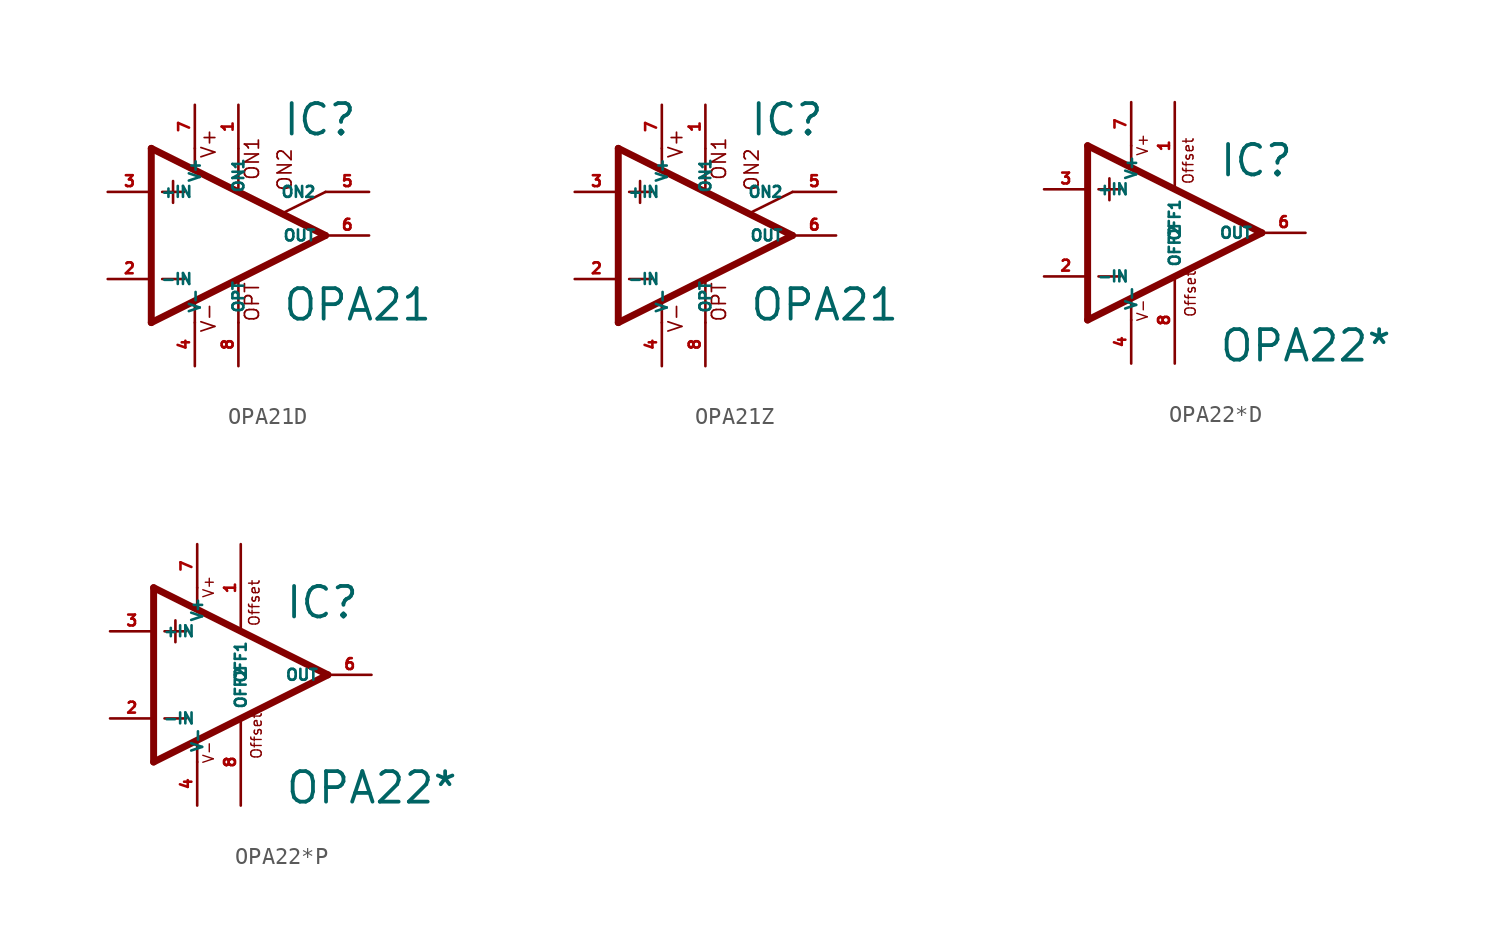
<source format=kicad_sym>
(kicad_symbol_lib
  (version 20220914)
  (generator Eagle2Kicad)
  (symbol "OPA21D"
    (property "Reference" "IC"
      (at 2.54 5.715 0)
      (effects (font (size 1.778 1.778) (thickness 0.22)) (justify left bottom)))
    (property "Value" "OPA21"
      (at 2.54 -5.08 0)
      (effects (font (size 1.778 1.778) (thickness 0.22)) (justify left bottom)))
    (polyline
      (pts (xy -3.81 3.175) (xy -3.81 1.905))
      (stroke (width 0.152) (type default))
      (fill (type none)))
    (polyline
      (pts (xy -4.445 2.54) (xy -3.175 2.54))
      (stroke (width 0.152) (type default))
      (fill (type none)))
    (polyline
      (pts (xy -4.445 -2.54) (xy -3.175 -2.54))
      (stroke (width 0.152) (type default))
      (fill (type none)))
    (polyline
      (pts (xy -2.54 5.08) (xy -2.54 3.886))
      (stroke (width 0.152) (type default))
      (fill (type none)))
    (polyline
      (pts (xy 0 5.055) (xy 0 2.616))
      (stroke (width 0.152) (type default))
      (fill (type none)))
    (polyline
      (pts (xy 0 -2.616) (xy 0 -5.08))
      (stroke (width 0.152) (type default))
      (fill (type none)))
    (polyline
      (pts (xy -2.54 -3.912) (xy -2.54 -5.08))
      (stroke (width 0.152) (type default))
      (fill (type none)))
    (polyline
      (pts (xy 5.08 2.54) (xy 2.616 1.321))
      (stroke (width 0.152) (type default))
      (fill (type none)))
    (polyline
      (pts (xy 5.08 0) (xy -5.08 5.08))
      (stroke (width 0.406) (type default))
      (fill (type none)))
    (polyline
      (pts (xy -5.08 5.08) (xy -5.08 -5.08))
      (stroke (width 0.406) (type default))
      (fill (type none)))
    (polyline
      (pts (xy -5.08 -5.08) (xy 5.08 0))
      (stroke (width 0.406) (type default))
      (fill (type none)))
    (text "ON1"
      (at 1.27 3.175 900)
      (effects (font (size 0.813 0.813) (thickness 0.10)) (justify left bottom)))
    (text "ON2"
      (at 3.175 2.54 900)
      (effects (font (size 0.813 0.813) (thickness 0.10)) (justify left bottom)))
    (text "OPT"
      (at 1.27 -5.08 900)
      (effects (font (size 0.813 0.813) (thickness 0.10)) (justify left bottom)))
    (text "V+"
      (at -1.27 4.445 900)
      (effects (font (size 0.813 0.813) (thickness 0.10)) (justify left bottom)))
    (text "V-"
      (at -1.27 -5.715 900)
      (effects (font (size 0.813 0.813) (thickness 0.10)) (justify left bottom)))
    (pin passive line
      (at 7.62 2.54 180)
      (length 2.54)
      (name "ON2" (effects (font (size 0.635 0.635) (thickness 0.08)) (justify left bottom)))
      (number "5" (effects (font (size 0.635 0.635) (thickness 0.08)) (justify left bottom))))
    (pin passive line
      (at 0 7.62 270)
      (length 2.54)
      (name "ON1" (effects (font (size 0.635 0.635) (thickness 0.08)) (justify left bottom)))
      (number "1" (effects (font (size 0.635 0.635) (thickness 0.08)) (justify left bottom))))
    (pin input line
      (at -7.62 -2.54 0)
      (length 2.54)
      (name "-IN" (effects (font (size 0.635 0.635) (thickness 0.08)) (justify left bottom)))
      (number "2" (effects (font (size 0.635 0.635) (thickness 0.08)) (justify left bottom))))
    (pin input line
      (at -7.62 2.54 0)
      (length 2.54)
      (name "+IN" (effects (font (size 0.635 0.635) (thickness 0.08)) (justify left bottom)))
      (number "3" (effects (font (size 0.635 0.635) (thickness 0.08)) (justify left bottom))))
    (pin output line
      (at 7.62 0 180)
      (length 2.54)
      (name "OUT" (effects (font (size 0.635 0.635) (thickness 0.08)) (justify left bottom)))
      (number "6" (effects (font (size 0.635 0.635) (thickness 0.08)) (justify left bottom))))
    (pin passive line
      (at 0 -7.62 90)
      (length 2.54)
      (name "OPT" (effects (font (size 0.635 0.635) (thickness 0.08)) (justify left bottom)))
      (number "8" (effects (font (size 0.635 0.635) (thickness 0.08)) (justify left bottom))))
    (pin unspecified line
      (at -2.54 7.62 270)
      (length 2.54)
      (name "V+" (effects (font (size 0.635 0.635) (thickness 0.08)) (justify left bottom)))
      (number "7" (effects (font (size 0.635 0.635) (thickness 0.08)) (justify left bottom))))
    (pin unspecified line
      (at -2.54 -7.62 90)
      (length 2.54)
      (name "V-" (effects (font (size 0.635 0.635) (thickness 0.08)) (justify left bottom)))
      (number "4" (effects (font (size 0.635 0.635) (thickness 0.08)) (justify left bottom)))))
  (symbol "OPA21Z"
    (property "Reference" "IC"
      (at 2.54 5.715 0)
      (effects (font (size 1.778 1.778) (thickness 0.22)) (justify left bottom)))
    (property "Value" "OPA21"
      (at 2.54 -5.08 0)
      (effects (font (size 1.778 1.778) (thickness 0.22)) (justify left bottom)))
    (polyline
      (pts (xy -3.81 3.175) (xy -3.81 1.905))
      (stroke (width 0.152) (type default))
      (fill (type none)))
    (polyline
      (pts (xy -4.445 2.54) (xy -3.175 2.54))
      (stroke (width 0.152) (type default))
      (fill (type none)))
    (polyline
      (pts (xy -4.445 -2.54) (xy -3.175 -2.54))
      (stroke (width 0.152) (type default))
      (fill (type none)))
    (polyline
      (pts (xy -2.54 5.08) (xy -2.54 3.886))
      (stroke (width 0.152) (type default))
      (fill (type none)))
    (polyline
      (pts (xy 0 5.055) (xy 0 2.616))
      (stroke (width 0.152) (type default))
      (fill (type none)))
    (polyline
      (pts (xy 0 -2.616) (xy 0 -5.08))
      (stroke (width 0.152) (type default))
      (fill (type none)))
    (polyline
      (pts (xy -2.54 -3.912) (xy -2.54 -5.08))
      (stroke (width 0.152) (type default))
      (fill (type none)))
    (polyline
      (pts (xy 5.08 2.54) (xy 2.616 1.321))
      (stroke (width 0.152) (type default))
      (fill (type none)))
    (polyline
      (pts (xy 5.08 0) (xy -5.08 5.08))
      (stroke (width 0.406) (type default))
      (fill (type none)))
    (polyline
      (pts (xy -5.08 5.08) (xy -5.08 -5.08))
      (stroke (width 0.406) (type default))
      (fill (type none)))
    (polyline
      (pts (xy -5.08 -5.08) (xy 5.08 0))
      (stroke (width 0.406) (type default))
      (fill (type none)))
    (text "ON1"
      (at 1.27 3.175 900)
      (effects (font (size 0.813 0.813) (thickness 0.10)) (justify left bottom)))
    (text "ON2"
      (at 3.175 2.54 900)
      (effects (font (size 0.813 0.813) (thickness 0.10)) (justify left bottom)))
    (text "OPT"
      (at 1.27 -5.08 900)
      (effects (font (size 0.813 0.813) (thickness 0.10)) (justify left bottom)))
    (text "V+"
      (at -1.27 4.445 900)
      (effects (font (size 0.813 0.813) (thickness 0.10)) (justify left bottom)))
    (text "V-"
      (at -1.27 -5.715 900)
      (effects (font (size 0.813 0.813) (thickness 0.10)) (justify left bottom)))
    (pin passive line
      (at 7.62 2.54 180)
      (length 2.54)
      (name "ON2" (effects (font (size 0.635 0.635) (thickness 0.08)) (justify left bottom)))
      (number "5" (effects (font (size 0.635 0.635) (thickness 0.08)) (justify left bottom))))
    (pin passive line
      (at 0 7.62 270)
      (length 2.54)
      (name "ON1" (effects (font (size 0.635 0.635) (thickness 0.08)) (justify left bottom)))
      (number "1" (effects (font (size 0.635 0.635) (thickness 0.08)) (justify left bottom))))
    (pin input line
      (at -7.62 -2.54 0)
      (length 2.54)
      (name "-IN" (effects (font (size 0.635 0.635) (thickness 0.08)) (justify left bottom)))
      (number "2" (effects (font (size 0.635 0.635) (thickness 0.08)) (justify left bottom))))
    (pin input line
      (at -7.62 2.54 0)
      (length 2.54)
      (name "+IN" (effects (font (size 0.635 0.635) (thickness 0.08)) (justify left bottom)))
      (number "3" (effects (font (size 0.635 0.635) (thickness 0.08)) (justify left bottom))))
    (pin output line
      (at 7.62 0 180)
      (length 2.54)
      (name "OUT" (effects (font (size 0.635 0.635) (thickness 0.08)) (justify left bottom)))
      (number "6" (effects (font (size 0.635 0.635) (thickness 0.08)) (justify left bottom))))
    (pin passive line
      (at 0 -7.62 90)
      (length 2.54)
      (name "OPT" (effects (font (size 0.635 0.635) (thickness 0.08)) (justify left bottom)))
      (number "8" (effects (font (size 0.635 0.635) (thickness 0.08)) (justify left bottom))))
    (pin unspecified line
      (at -2.54 7.62 270)
      (length 2.54)
      (name "V+" (effects (font (size 0.635 0.635) (thickness 0.08)) (justify left bottom)))
      (number "7" (effects (font (size 0.635 0.635) (thickness 0.08)) (justify left bottom))))
    (pin unspecified line
      (at -2.54 -7.62 90)
      (length 2.54)
      (name "V-" (effects (font (size 0.635 0.635) (thickness 0.08)) (justify left bottom)))
      (number "4" (effects (font (size 0.635 0.635) (thickness 0.08)) (justify left bottom)))))
  (symbol "OPA22*D"
    (property "Reference" "IC"
      (at 2.54 3.175 0)
      (effects (font (size 1.778 1.778) (thickness 0.22)) (justify left bottom)))
    (property "Value" "OPA22*"
      (at 2.54 -7.62 0)
      (effects (font (size 1.778 1.778) (thickness 0.22)) (justify left bottom)))
    (polyline
      (pts (xy -2.54 5.08) (xy -2.54 3.886))
      (stroke (width 0.152) (type default))
      (fill (type none)))
    (polyline
      (pts (xy -5.08 5.08) (xy -5.08 -5.08))
      (stroke (width 0.406) (type default))
      (fill (type none)))
    (polyline
      (pts (xy -5.08 -5.08) (xy 5.08 0))
      (stroke (width 0.406) (type default))
      (fill (type none)))
    (polyline
      (pts (xy 5.08 0) (xy -5.08 5.08))
      (stroke (width 0.406) (type default))
      (fill (type none)))
    (polyline
      (pts (xy -3.81 3.175) (xy -3.81 1.905))
      (stroke (width 0.152) (type default))
      (fill (type none)))
    (polyline
      (pts (xy -4.445 2.54) (xy -3.175 2.54))
      (stroke (width 0.152) (type default))
      (fill (type none)))
    (polyline
      (pts (xy -4.445 -2.54) (xy -3.175 -2.54))
      (stroke (width 0.152) (type default))
      (fill (type none)))
    (polyline
      (pts (xy -2.54 -3.886) (xy -2.54 -5.08))
      (stroke (width 0.152) (type default))
      (fill (type none)))
    (text "Offset"
      (at 1.27 -4.953 900)
      (effects (font (size 0.61 0.61) (thickness 0.08)) (justify left bottom)))
    (text "Offset"
      (at 1.143 2.794 900)
      (effects (font (size 0.61 0.61) (thickness 0.08)) (justify left bottom)))
    (text "V+"
      (at -1.524 4.445 900)
      (effects (font (size 0.61 0.61) (thickness 0.08)) (justify left bottom)))
    (text "V-"
      (at -1.524 -5.207 900)
      (effects (font (size 0.61 0.61) (thickness 0.08)) (justify left bottom)))
    (pin passive line
      (at 0 -7.62 90)
      (length 5.08)
      (name "OFF2" (effects (font (size 0.635 0.635) (thickness 0.08)) (justify left bottom)))
      (number "8" (effects (font (size 0.635 0.635) (thickness 0.08)) (justify left bottom))))
    (pin input line
      (at -7.62 -2.54 0)
      (length 2.54)
      (name "-IN" (effects (font (size 0.635 0.635) (thickness 0.08)) (justify left bottom)))
      (number "2" (effects (font (size 0.635 0.635) (thickness 0.08)) (justify left bottom))))
    (pin input line
      (at -7.62 2.54 0)
      (length 2.54)
      (name "+IN" (effects (font (size 0.635 0.635) (thickness 0.08)) (justify left bottom)))
      (number "3" (effects (font (size 0.635 0.635) (thickness 0.08)) (justify left bottom))))
    (pin passive line
      (at 0 7.62 270)
      (length 5.08)
      (name "OFF1" (effects (font (size 0.635 0.635) (thickness 0.08)) (justify left bottom)))
      (number "1" (effects (font (size 0.635 0.635) (thickness 0.08)) (justify left bottom))))
    (pin output line
      (at 7.62 0 180)
      (length 2.54)
      (name "OUT" (effects (font (size 0.635 0.635) (thickness 0.08)) (justify left bottom)))
      (number "6" (effects (font (size 0.635 0.635) (thickness 0.08)) (justify left bottom))))
    (pin unspecified line
      (at -2.54 7.62 270)
      (length 2.54)
      (name "V+" (effects (font (size 0.635 0.635) (thickness 0.08)) (justify left bottom)))
      (number "7" (effects (font (size 0.635 0.635) (thickness 0.08)) (justify left bottom))))
    (pin unspecified line
      (at -2.54 -7.62 90)
      (length 2.54)
      (name "V-" (effects (font (size 0.635 0.635) (thickness 0.08)) (justify left bottom)))
      (number "4" (effects (font (size 0.635 0.635) (thickness 0.08)) (justify left bottom)))))
  (symbol "OPA22*P"
    (property "Reference" "IC"
      (at 2.54 3.175 0)
      (effects (font (size 1.778 1.778) (thickness 0.22)) (justify left bottom)))
    (property "Value" "OPA22*"
      (at 2.54 -7.62 0)
      (effects (font (size 1.778 1.778) (thickness 0.22)) (justify left bottom)))
    (polyline
      (pts (xy -2.54 5.08) (xy -2.54 3.886))
      (stroke (width 0.152) (type default))
      (fill (type none)))
    (polyline
      (pts (xy -5.08 5.08) (xy -5.08 -5.08))
      (stroke (width 0.406) (type default))
      (fill (type none)))
    (polyline
      (pts (xy -5.08 -5.08) (xy 5.08 0))
      (stroke (width 0.406) (type default))
      (fill (type none)))
    (polyline
      (pts (xy 5.08 0) (xy -5.08 5.08))
      (stroke (width 0.406) (type default))
      (fill (type none)))
    (polyline
      (pts (xy -3.81 3.175) (xy -3.81 1.905))
      (stroke (width 0.152) (type default))
      (fill (type none)))
    (polyline
      (pts (xy -4.445 2.54) (xy -3.175 2.54))
      (stroke (width 0.152) (type default))
      (fill (type none)))
    (polyline
      (pts (xy -4.445 -2.54) (xy -3.175 -2.54))
      (stroke (width 0.152) (type default))
      (fill (type none)))
    (polyline
      (pts (xy -2.54 -3.886) (xy -2.54 -5.08))
      (stroke (width 0.152) (type default))
      (fill (type none)))
    (text "Offset"
      (at 1.27 -4.953 900)
      (effects (font (size 0.61 0.61) (thickness 0.08)) (justify left bottom)))
    (text "Offset"
      (at 1.143 2.794 900)
      (effects (font (size 0.61 0.61) (thickness 0.08)) (justify left bottom)))
    (text "V+"
      (at -1.524 4.445 900)
      (effects (font (size 0.61 0.61) (thickness 0.08)) (justify left bottom)))
    (text "V-"
      (at -1.524 -5.207 900)
      (effects (font (size 0.61 0.61) (thickness 0.08)) (justify left bottom)))
    (pin passive line
      (at 0 -7.62 90)
      (length 5.08)
      (name "OFF2" (effects (font (size 0.635 0.635) (thickness 0.08)) (justify left bottom)))
      (number "8" (effects (font (size 0.635 0.635) (thickness 0.08)) (justify left bottom))))
    (pin input line
      (at -7.62 -2.54 0)
      (length 2.54)
      (name "-IN" (effects (font (size 0.635 0.635) (thickness 0.08)) (justify left bottom)))
      (number "2" (effects (font (size 0.635 0.635) (thickness 0.08)) (justify left bottom))))
    (pin input line
      (at -7.62 2.54 0)
      (length 2.54)
      (name "+IN" (effects (font (size 0.635 0.635) (thickness 0.08)) (justify left bottom)))
      (number "3" (effects (font (size 0.635 0.635) (thickness 0.08)) (justify left bottom))))
    (pin passive line
      (at 0 7.62 270)
      (length 5.08)
      (name "OFF1" (effects (font (size 0.635 0.635) (thickness 0.08)) (justify left bottom)))
      (number "1" (effects (font (size 0.635 0.635) (thickness 0.08)) (justify left bottom))))
    (pin output line
      (at 7.62 0 180)
      (length 2.54)
      (name "OUT" (effects (font (size 0.635 0.635) (thickness 0.08)) (justify left bottom)))
      (number "6" (effects (font (size 0.635 0.635) (thickness 0.08)) (justify left bottom))))
    (pin unspecified line
      (at -2.54 7.62 270)
      (length 2.54)
      (name "V+" (effects (font (size 0.635 0.635) (thickness 0.08)) (justify left bottom)))
      (number "7" (effects (font (size 0.635 0.635) (thickness 0.08)) (justify left bottom))))
    (pin unspecified line
      (at -2.54 -7.62 90)
      (length 2.54)
      (name "V-" (effects (font (size 0.635 0.635) (thickness 0.08)) (justify left bottom)))
      (number "4" (effects (font (size 0.635 0.635) (thickness 0.08)) (justify left bottom))))))
</source>
